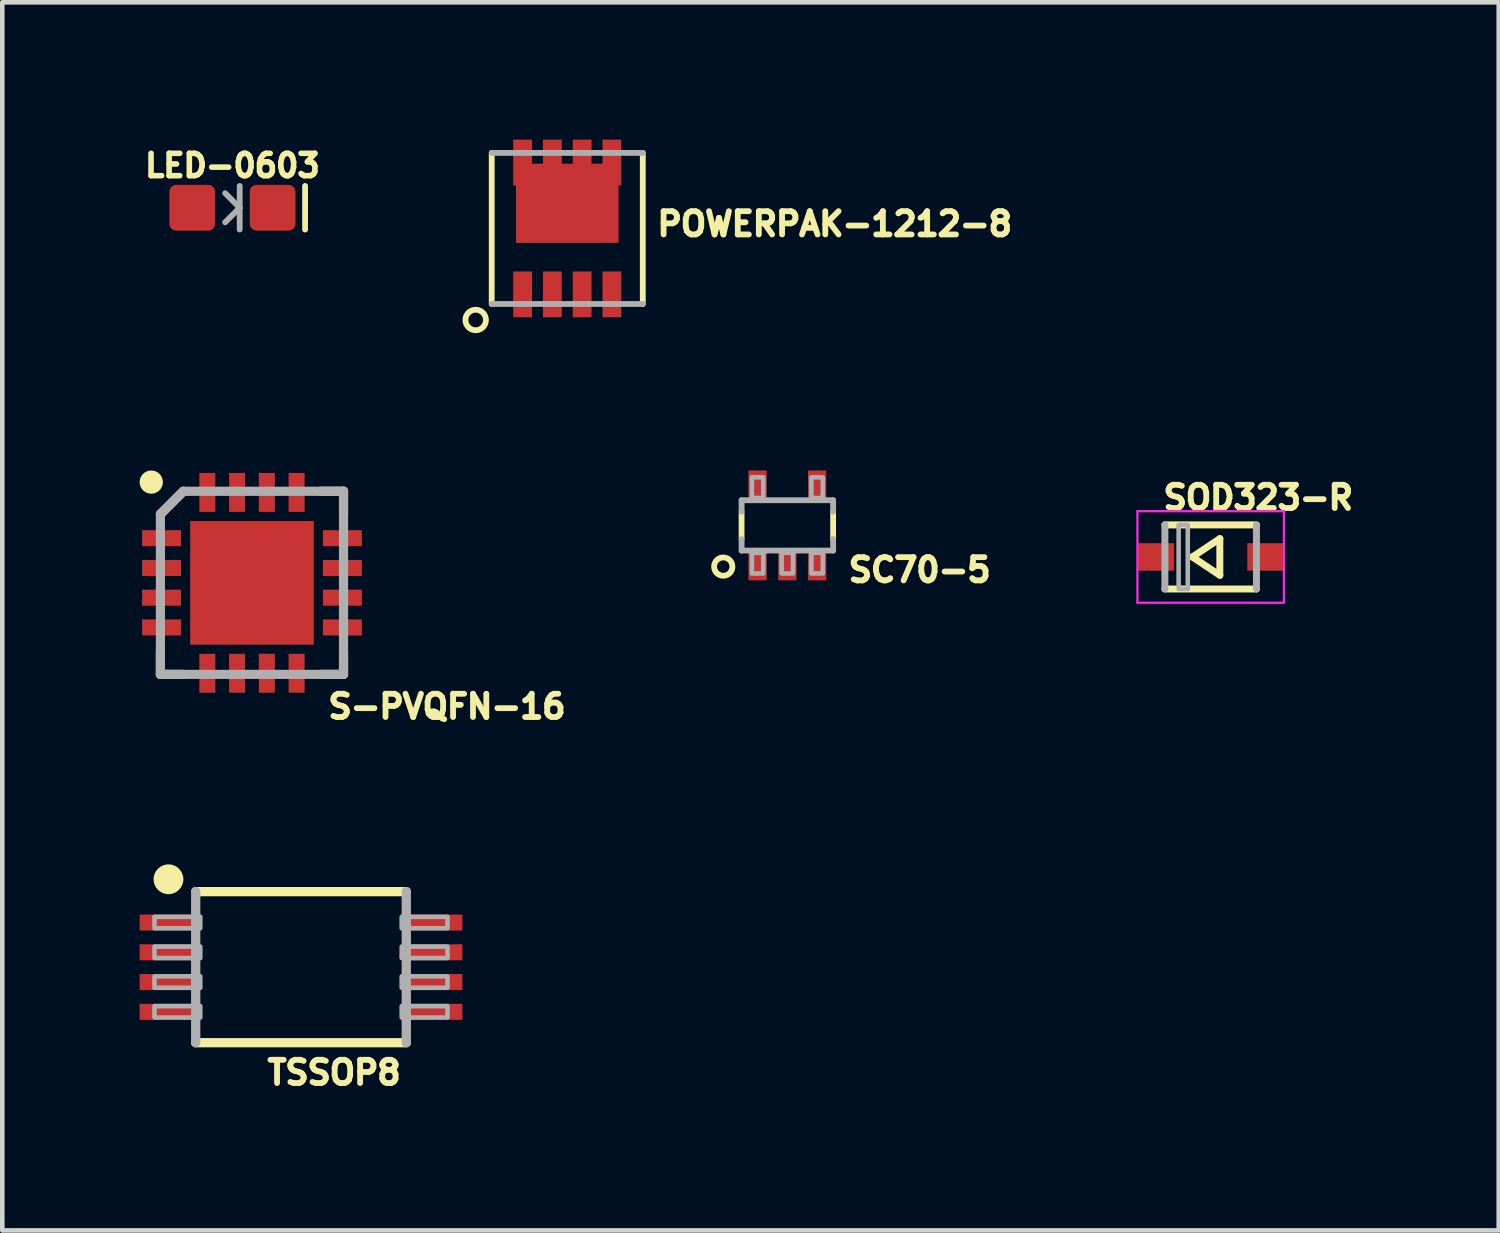
<source format=kicad_pcb>
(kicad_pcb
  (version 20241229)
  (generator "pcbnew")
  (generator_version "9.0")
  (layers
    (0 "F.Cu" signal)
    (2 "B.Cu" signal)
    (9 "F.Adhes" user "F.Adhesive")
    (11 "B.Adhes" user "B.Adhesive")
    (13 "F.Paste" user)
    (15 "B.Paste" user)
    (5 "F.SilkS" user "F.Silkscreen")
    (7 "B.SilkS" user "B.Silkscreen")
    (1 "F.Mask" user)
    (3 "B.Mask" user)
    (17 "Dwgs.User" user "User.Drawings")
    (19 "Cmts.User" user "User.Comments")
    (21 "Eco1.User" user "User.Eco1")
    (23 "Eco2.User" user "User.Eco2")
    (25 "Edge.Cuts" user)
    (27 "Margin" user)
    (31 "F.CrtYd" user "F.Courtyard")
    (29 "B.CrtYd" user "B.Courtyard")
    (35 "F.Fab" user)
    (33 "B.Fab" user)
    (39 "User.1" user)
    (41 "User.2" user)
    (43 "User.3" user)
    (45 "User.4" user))
  (footprint "SOD323-R"
    (layer "F.Cu")
    (at 23.396 9.116)
    (property "Reference" "SOD323-R" (at -1.1 -1 0) (layer "F.SilkS") (effects (font (size 0.508 0.508) (thickness 0.127)) (justify left bottom)))
    (fp_line (start -1 -0.7) (end 1 -0.7) (stroke (width 0.152) (type solid)) (layer "F.SilkS"))
    (fp_line (start -0.4 0) (end 0.2 -0.4) (stroke (width 0.152) (type solid)) (layer "F.SilkS"))
    (fp_line (start 0.2 -0.4) (end 0.2 0.4) (stroke (width 0.152) (type solid)) (layer "F.SilkS"))
    (fp_line (start 0.2 0.4) (end -0.4 0) (stroke (width 0.152) (type solid)) (layer "F.SilkS"))
    (fp_line (start 1 0.7) (end -1 0.7) (stroke (width 0.152) (type solid)) (layer "F.SilkS"))
    (fp_line (start -1.6 -1) (end 1.6 -1) (stroke (width 0.05) (type solid)) (layer "F.CrtYd"))
    (fp_line (start -1.6 1) (end -1.6 -1) (stroke (width 0.05) (type solid)) (layer "F.CrtYd"))
    (fp_line (start 1.6 -1) (end 1.6 1) (stroke (width 0.05) (type solid)) (layer "F.CrtYd"))
    (fp_line (start 1.6 1) (end -1.6 1) (stroke (width 0.05) (type solid)) (layer "F.CrtYd"))
    (fp_line (start -1 0.7) (end -1 -0.7) (stroke (width 0.152) (type solid)) (layer "F.Fab"))
    (fp_line (start 1 -0.7) (end 1 0.7) (stroke (width 0.152) (type solid)) (layer "F.Fab"))
    (fp_poly (pts (xy -0.7 0.7) (xy -0.5 0.7) (xy -0.5 -0.7) (xy -0.7 -0.7)) (stroke (width 0.1) (type default)) (fill no) (layer "F.Fab"))
    (pad "A" smd rect (at 1.2 0) (size 0.8 0.6) (layers "F.Cu" "F.Mask" "F.Paste"))
    (pad "C" smd rect (at -1.2 0) (size 0.8 0.6) (layers "F.Cu" "F.Mask" "F.Paste")))
  (footprint "POWERPAK-1212-8"
    (layer "F.Cu")
    (at 9.341 1.94)
    (property "Reference" "POWERPAK-1212-8" (at 1.9 0.2 0) (layer "F.SilkS") (effects (font (size 0.508 0.508) (thickness 0.127)) (justify left bottom)))
    (fp_line (start -1.65 -1.65) (end -1.65 1.65) (stroke (width 0.127) (type solid)) (layer "F.SilkS"))
    (fp_line (start 1.65 1.65) (end 1.65 -1.65) (stroke (width 0.127) (type solid)) (layer "F.SilkS"))
    (fp_circle (center -2 2) (end -1.776 2) (stroke (width 0.127) (type solid)) (fill no) (layer "F.SilkS"))
    (fp_poly (pts (xy -0.8 0.2) (xy 0.7 0.2) (xy 0.7 -0.5) (xy -0.8 -0.5)) (stroke (width 0) (type default)) (fill yes) (layer "F.Paste"))
    (fp_line (start -1.65 1.65) (end 1.65 1.65) (stroke (width 0.127) (type solid)) (layer "F.Fab"))
    (fp_line (start 1.65 -1.65) (end -1.65 -1.65) (stroke (width 0.127) (type solid)) (layer "F.Fab"))
    (pad "1" smd rect (at -0.975 1.44) (size 0.41 1) (layers "F.Cu" "F.Mask" "F.Paste"))
    (pad "2" smd rect (at -0.325 1.44) (size 0.41 1) (layers "F.Cu" "F.Mask" "F.Paste"))
    (pad "3" smd rect (at 0.325 1.44) (size 0.41 1) (layers "F.Cu" "F.Mask" "F.Paste"))
    (pad "4" smd rect (at 0.975 1.44) (size 0.41 1) (layers "F.Cu" "F.Mask" "F.Paste"))
    (pad "5" smd rect (at -0.975 -1.44) (size 0.41 1) (layers "F.Cu" "F.Mask" "F.Paste"))
    (pad "6" smd rect (at -0.325 -1.44) (size 0.41 1) (layers "F.Cu" "F.Mask" "F.Paste"))
    (pad "7" smd rect (at 0.325 -1.44) (size 0.41 1) (layers "F.Cu" "F.Mask" "F.Paste"))
    (pad "8" smd rect (at 0.975 -1.44) (size 0.41 1) (layers "F.Cu" "F.Mask" "F.Paste"))
    (pad "PAD" smd rect (at 0 -0.55) (size 2.24 1.73) (layers "F.Cu" "F.Mask")))
  (footprint "SC70-5"
    (layer "F.Cu")
    (at 14.149 8.427)
    (property "Reference" "SC70-5" (at 1.27 1.27 0) (layer "F.SilkS") (effects (font (size 0.508 0.508) (thickness 0.127)) (justify left bottom)))
    (fp_line (start -1 -0.3) (end -1 0.3) (stroke (width 0.127) (type solid)) (layer "F.SilkS"))
    (fp_line (start 1 0.3) (end 1 -0.3) (stroke (width 0.127) (type solid)) (layer "F.SilkS"))
    (fp_circle (center -1.4 0.9) (end -1.2 0.9) (stroke (width 0.127) (type solid)) (fill no) (layer "F.SilkS"))
    (fp_line (start -1 -0.55) (end -1 -0.3) (stroke (width 0.127) (type solid)) (layer "F.Fab"))
    (fp_line (start -1 0.55) (end -1 0.3) (stroke (width 0.127) (type solid)) (layer "F.Fab"))
    (fp_line (start -1 0.55) (end 1 0.55) (stroke (width 0.127) (type solid)) (layer "F.Fab"))
    (fp_line (start 1 -0.55) (end -1 -0.55) (stroke (width 0.127) (type solid)) (layer "F.Fab"))
    (fp_line (start 1 -0.55) (end 1 -0.3) (stroke (width 0.127) (type solid)) (layer "F.Fab"))
    (fp_line (start 1 0.55) (end 1 0.3) (stroke (width 0.127) (type solid)) (layer "F.Fab"))
    (fp_poly (pts (xy -0.775 -0.6) (xy -0.525 -0.6) (xy -0.525 -1.05) (xy -0.775 -1.05)) (stroke (width 0.1) (type default)) (fill no) (layer "F.Fab"))
    (fp_poly (pts (xy -0.775 1.05) (xy -0.525 1.05) (xy -0.525 0.6) (xy -0.775 0.6)) (stroke (width 0.1) (type default)) (fill no) (layer "F.Fab"))
    (fp_poly (pts (xy -0.125 1.05) (xy 0.125 1.05) (xy 0.125 0.6) (xy -0.125 0.6)) (stroke (width 0.1) (type default)) (fill no) (layer "F.Fab"))
    (fp_poly (pts (xy 0.525 -0.6) (xy 0.775 -0.6) (xy 0.775 -1.05) (xy 0.525 -1.05)) (stroke (width 0.1) (type default)) (fill no) (layer "F.Fab"))
    (fp_poly (pts (xy 0.525 1.05) (xy 0.775 1.05) (xy 0.775 0.6) (xy 0.525 0.6)) (stroke (width 0.1) (type default)) (fill no) (layer "F.Fab"))
    (pad "1" smd rect (at -0.65 0.85) (size 0.4 0.7) (layers "F.Cu" "F.Mask" "F.Paste"))
    (pad "2" smd rect (at 0 0.85) (size 0.4 0.7) (layers "F.Cu" "F.Mask" "F.Paste"))
    (pad "3" smd rect (at 0.65 0.85) (size 0.4 0.7) (layers "F.Cu" "F.Mask" "F.Paste"))
    (pad "4" smd rect (at 0.65 -0.85) (size 0.4 0.7) (layers "F.Cu" "F.Mask" "F.Paste"))
    (pad "5" smd rect (at -0.65 -0.85) (size 0.4 0.7) (layers "F.Cu" "F.Mask" "F.Paste")))
  (footprint "LED-0603"
    (layer "F.Cu")
    (at 2.027 1.488)
    (property "Reference" "LED-0603" (at 0 -0.635 0) (layer "F.SilkS") (effects (font (size 0.488 0.488) (thickness 0.122)) (justify bottom)))
    (fp_line (start 1.587 -0.476) (end 1.587 0.476) (stroke (width 0.127) (type solid)) (layer "F.SilkS"))
    (fp_line (start 0.159 -0.476) (end 0.159 0) (stroke (width 0.127) (type solid)) (layer "F.Fab"))
    (fp_line (start 0.159 0) (end -0.159 -0.318) (stroke (width 0.127) (type solid)) (layer "F.Fab"))
    (fp_line (start 0.159 0) (end -0.159 0.318) (stroke (width 0.127) (type solid)) (layer "F.Fab"))
    (fp_line (start 0.159 0) (end 0.159 0.476) (stroke (width 0.127) (type solid)) (layer "F.Fab"))
    (pad "A" smd roundrect (at -0.877 0 270) (size 1 1) (layers "F.Cu" "F.Mask" "F.Paste") (roundrect_rratio 0.15))
    (pad "C" smd roundrect (at 0.877 0 270) (size 1 1) (layers "F.Cu" "F.Mask" "F.Paste") (roundrect_rratio 0.15)))
  (footprint "TSSOP8"
    (layer "F.Cu")
    (at 3.525 18.077)
    (property "Reference" "TSSOP8" (at -0.8 2.6 0) (layer "F.SilkS") (effects (font (size 0.508 0.508) (thickness 0.127)) (justify left bottom)))
    (fp_line (start -2.3 1.65) (end 2.3 1.65) (stroke (width 0.203) (type solid)) (layer "F.SilkS"))
    (fp_line (start 2.3 -1.65) (end -2.3 -1.65) (stroke (width 0.203) (type solid)) (layer "F.SilkS"))
    (fp_circle (center -2.895 -1.92) (end -2.732 -1.92) (stroke (width 0.325) (type solid)) (fill yes) (layer "F.SilkS"))
    (fp_line (start -2.3 -1.65) (end -2.3 1.65) (stroke (width 0.203) (type solid)) (layer "F.Fab"))
    (fp_line (start 2.3 1.65) (end 2.3 -1.65) (stroke (width 0.203) (type solid)) (layer "F.Fab"))
    (fp_poly (pts (xy -3.2 -0.85) (xy -2.2 -0.85) (xy -2.2 -1.1) (xy -3.2 -1.1)) (stroke (width 0.1) (type default)) (fill no) (layer "F.Fab"))
    (fp_poly (pts (xy -3.2 -0.2) (xy -2.2 -0.2) (xy -2.2 -0.45) (xy -3.2 -0.45)) (stroke (width 0.1) (type default)) (fill no) (layer "F.Fab"))
    (fp_poly (pts (xy -3.2 0.45) (xy -2.2 0.45) (xy -2.2 0.2) (xy -3.2 0.2)) (stroke (width 0.1) (type default)) (fill no) (layer "F.Fab"))
    (fp_poly (pts (xy -3.2 1.1) (xy -2.2 1.1) (xy -2.2 0.85) (xy -3.2 0.85)) (stroke (width 0.1) (type default)) (fill no) (layer "F.Fab"))
    (fp_poly (pts (xy 2.2 -0.85) (xy 3.2 -0.85) (xy 3.2 -1.1) (xy 2.2 -1.1)) (stroke (width 0.1) (type default)) (fill no) (layer "F.Fab"))
    (fp_poly (pts (xy 2.2 -0.2) (xy 3.2 -0.2) (xy 3.2 -0.45) (xy 2.2 -0.45)) (stroke (width 0.1) (type default)) (fill no) (layer "F.Fab"))
    (fp_poly (pts (xy 2.2 0.45) (xy 3.2 0.45) (xy 3.2 0.2) (xy 2.2 0.2)) (stroke (width 0.1) (type default)) (fill no) (layer "F.Fab"))
    (fp_poly (pts (xy 2.2 1.1) (xy 3.2 1.1) (xy 3.2 0.85) (xy 2.2 0.85)) (stroke (width 0.1) (type default)) (fill no) (layer "F.Fab"))
    (pad "1" smd rect (at -2.925 -0.975) (size 1.2 0.35) (layers "F.Cu" "F.Mask" "F.Paste"))
    (pad "2" smd rect (at -2.925 -0.325) (size 1.2 0.35) (layers "F.Cu" "F.Mask" "F.Paste"))
    (pad "3" smd rect (at -2.925 0.325) (size 1.2 0.35) (layers "F.Cu" "F.Mask" "F.Paste"))
    (pad "4" smd rect (at -2.925 0.975) (size 1.2 0.35) (layers "F.Cu" "F.Mask" "F.Paste"))
    (pad "5" smd rect (at 2.925 0.975) (size 1.2 0.35) (layers "F.Cu" "F.Mask" "F.Paste"))
    (pad "6" smd rect (at 2.925 0.325) (size 1.2 0.35) (layers "F.Cu" "F.Mask" "F.Paste"))
    (pad "7" smd rect (at 2.925 -0.325) (size 1.2 0.35) (layers "F.Cu" "F.Mask" "F.Paste"))
    (pad "8" smd rect (at 2.925 -0.975) (size 1.2 0.35) (layers "F.Cu" "F.Mask" "F.Paste")))
  (footprint "S-PVQFN-16"
    (layer "F.Cu")
    (at 2.454 9.681)
    (property "Reference" "S-PVQFN-16" (at 1.6 3 0) (layer "F.SilkS") (effects (font (size 0.508 0.508) (thickness 0.127)) (justify left bottom)))
    (fp_line (start -2 1.5) (end -2 2) (stroke (width 0.2) (type solid)) (layer "F.SilkS"))
    (fp_line (start -2 2) (end -1.5 2) (stroke (width 0.2) (type solid)) (layer "F.SilkS"))
    (fp_line (start -1.5 -2) (end -2 -1.5) (stroke (width 0.2) (type solid)) (layer "F.SilkS"))
    (fp_line (start 1.5 2) (end 2 2) (stroke (width 0.2) (type solid)) (layer "F.SilkS"))
    (fp_line (start 2 -2) (end 1.5 -2) (stroke (width 0.2) (type solid)) (layer "F.SilkS"))
    (fp_line (start 2 -1.5) (end 2 -2) (stroke (width 0.2) (type solid)) (layer "F.SilkS"))
    (fp_line (start 2 2) (end 2 1.5) (stroke (width 0.2) (type solid)) (layer "F.SilkS"))
    (fp_circle (center -2.2 -2.2) (end -2.073 -2.2) (stroke (width 0.254) (type solid)) (fill no) (layer "F.SilkS"))
    (fp_poly (pts (xy -0.137 -0.137) (xy -1.264 -0.137) (xy -1.264 -0.726) (xy -0.726 -1.264) (xy -0.137 -1.264)) (stroke (width 0) (type default)) (fill yes) (layer "F.Paste"))
    (fp_poly (pts (xy -0.137 1.264) (xy -0.726 1.264) (xy -1.264 0.726) (xy -1.264 0.137) (xy -0.137 0.137)) (stroke (width 0) (type default)) (fill yes) (layer "F.Paste"))
    (fp_poly (pts (xy 1.264 -0.726) (xy 1.264 -0.137) (xy 0.137 -0.137) (xy 0.137 -1.264) (xy 0.726 -1.264)) (stroke (width 0) (type default)) (fill yes) (layer "F.Paste"))
    (fp_poly (pts (xy 1.264 0.726) (xy 0.726 1.264) (xy 0.137 1.264) (xy 0.137 0.137) (xy 1.264 0.137)) (stroke (width 0) (type default)) (fill yes) (layer "F.Paste"))
    (fp_line (start -2 2) (end -2 -1.5) (stroke (width 0.2) (type solid)) (layer "F.Fab"))
    (fp_line (start -1.5 -2) (end -2 -1.5) (stroke (width 0.2) (type solid)) (layer "F.Fab"))
    (fp_line (start -1.5 -2) (end 2 -2) (stroke (width 0.2) (type solid)) (layer "F.Fab"))
    (fp_line (start 2 -2) (end 2 2) (stroke (width 0.2) (type solid)) (layer "F.Fab"))
    (fp_line (start 2 2) (end -2 2) (stroke (width 0.2) (type solid)) (layer "F.Fab"))
    (pad "1" smd rect (at -1.975 -0.975 270) (size 0.35 0.85) (layers "F.Cu" "F.Mask" "F.Paste"))
    (pad "2" smd rect (at -1.975 -0.325 270) (size 0.35 0.85) (layers "F.Cu" "F.Mask" "F.Paste"))
    (pad "3" smd rect (at -1.975 0.325 270) (size 0.35 0.85) (layers "F.Cu" "F.Mask" "F.Paste"))
    (pad "4" smd rect (at -1.975 0.975 270) (size 0.35 0.85) (layers "F.Cu" "F.Mask" "F.Paste"))
    (pad "5" smd rect (at -0.975 1.975) (size 0.35 0.85) (layers "F.Cu" "F.Mask" "F.Paste"))
    (pad "6" smd rect (at -0.325 1.975) (size 0.35 0.85) (layers "F.Cu" "F.Mask" "F.Paste"))
    (pad "7" smd rect (at 0.325 1.975) (size 0.35 0.85) (layers "F.Cu" "F.Mask" "F.Paste"))
    (pad "8" smd rect (at 0.975 1.975) (size 0.35 0.85) (layers "F.Cu" "F.Mask" "F.Paste"))
    (pad "9" smd rect (at 1.975 0.975 90) (size 0.35 0.85) (layers "F.Cu" "F.Mask" "F.Paste"))
    (pad "10" smd rect (at 1.975 0.325 90) (size 0.35 0.85) (layers "F.Cu" "F.Mask" "F.Paste"))
    (pad "11" smd rect (at 1.975 -0.325 90) (size 0.35 0.85) (layers "F.Cu" "F.Mask" "F.Paste"))
    (pad "12" smd rect (at 1.975 -0.975 90) (size 0.35 0.85) (layers "F.Cu" "F.Mask" "F.Paste"))
    (pad "13" smd rect (at 0.975 -1.975 180) (size 0.35 0.85) (layers "F.Cu" "F.Mask" "F.Paste"))
    (pad "14" smd rect (at 0.325 -1.975 180) (size 0.35 0.85) (layers "F.Cu" "F.Mask" "F.Paste"))
    (pad "15" smd rect (at -0.325 -1.975 180) (size 0.35 0.85) (layers "F.Cu" "F.Mask" "F.Paste"))
    (pad "16" smd rect (at -0.975 -1.975 180) (size 0.35 0.85) (layers "F.Cu" "F.Mask" "F.Paste"))
    (pad "PAD" smd rect (at 0 0) (size 2.7 2.7) (layers "F.Cu" "F.Mask"))
    (zone (net_name "") (layer "F.Cu") (hatch edge 0.5) (connect_pads) (min_thickness 0.25) (filled_areas_thickness no) (keepout (tracks not_allowed) (vias not_allowed) (pads not_allowed) (copperpour not_allowed) (footprints allowed)) (placement (enabled no)) (fill) (polygon (pts (xy 0.454 8.181) (xy 0.954 8.181) (xy 0.954 7.681) (xy 0.454 7.681)))))
  (gr_rect
    (start -3 -3)
    (end 29.688 23.828)
    (stroke (width 0.1) (type default))
    (fill no)
    (layer "Edge.Cuts")))
</source>
